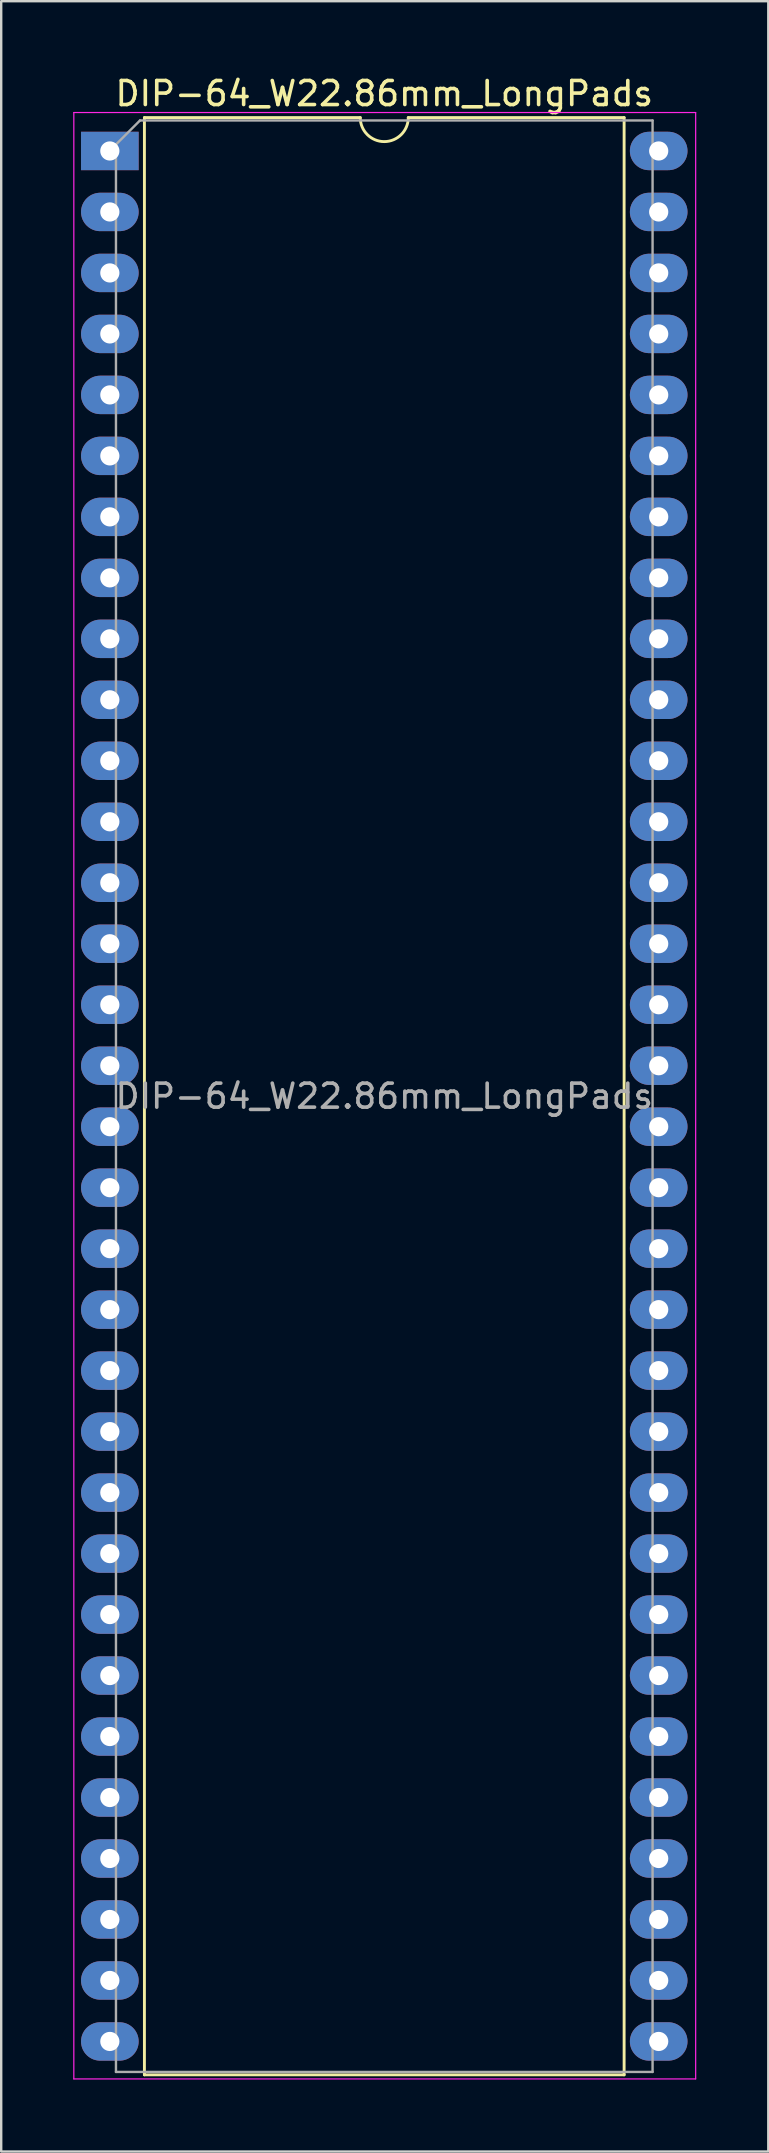
<source format=kicad_pcb>
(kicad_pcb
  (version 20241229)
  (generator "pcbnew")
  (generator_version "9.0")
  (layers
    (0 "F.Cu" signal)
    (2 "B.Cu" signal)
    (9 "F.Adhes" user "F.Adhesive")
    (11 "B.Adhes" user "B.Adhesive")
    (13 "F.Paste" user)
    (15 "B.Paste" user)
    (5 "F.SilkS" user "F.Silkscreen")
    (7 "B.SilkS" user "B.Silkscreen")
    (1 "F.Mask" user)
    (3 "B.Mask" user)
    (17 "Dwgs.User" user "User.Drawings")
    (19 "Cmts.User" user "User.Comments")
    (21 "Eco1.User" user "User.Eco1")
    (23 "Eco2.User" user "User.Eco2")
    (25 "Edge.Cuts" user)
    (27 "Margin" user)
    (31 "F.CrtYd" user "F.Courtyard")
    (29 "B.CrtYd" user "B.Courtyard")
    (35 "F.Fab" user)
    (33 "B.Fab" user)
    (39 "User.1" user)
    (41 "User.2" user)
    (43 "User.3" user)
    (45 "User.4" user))
  (footprint "DIP-64_W22.86mm_LongPads"
    (layer "F.Cu")
    (at 1.525 3.238)
    (property "Reference" "DIP-64_W22.86mm_LongPads" (at 11.43 -2.39 0) (layer "F.SilkS") (effects (font (size 1 1) (thickness 0.15))))
    (attr through_hole)
    (fp_line (start 1.44 -1.39) (end 1.44 80.13) (stroke (width 0.12) (type solid)) (layer "F.SilkS"))
    (fp_line (start 1.44 80.13) (end 21.42 80.13) (stroke (width 0.12) (type solid)) (layer "F.SilkS"))
    (fp_line (start 10.43 -1.39) (end 1.44 -1.39) (stroke (width 0.12) (type solid)) (layer "F.SilkS"))
    (fp_line (start 21.42 -1.39) (end 12.43 -1.39) (stroke (width 0.12) (type solid)) (layer "F.SilkS"))
    (fp_line (start 21.42 80.13) (end 21.42 -1.39) (stroke (width 0.12) (type solid)) (layer "F.SilkS"))
    (fp_arc (start 12.43 -1.39) (mid 11.43 -0.39) (end 10.43 -1.39) (stroke (width 0.12) (type solid)) (layer "F.SilkS"))
    (fp_line (start -1.5 -1.6) (end -1.5 80.3) (stroke (width 0.05) (type solid)) (layer "F.CrtYd"))
    (fp_line (start -1.5 80.3) (end 24.4 80.3) (stroke (width 0.05) (type solid)) (layer "F.CrtYd"))
    (fp_line (start 24.4 -1.6) (end -1.5 -1.6) (stroke (width 0.05) (type solid)) (layer "F.CrtYd"))
    (fp_line (start 24.4 80.3) (end 24.4 -1.6) (stroke (width 0.05) (type solid)) (layer "F.CrtYd"))
    (fp_line (start 0.255 -0.27) (end 1.255 -1.27) (stroke (width 0.1) (type solid)) (layer "F.Fab"))
    (fp_line (start 0.255 80.01) (end 0.255 -0.27) (stroke (width 0.1) (type solid)) (layer "F.Fab"))
    (fp_line (start 1.255 -1.27) (end 22.605 -1.27) (stroke (width 0.1) (type solid)) (layer "F.Fab"))
    (fp_line (start 22.605 -1.27) (end 22.605 80.01) (stroke (width 0.1) (type solid)) (layer "F.Fab"))
    (fp_line (start 22.605 80.01) (end 0.255 80.01) (stroke (width 0.1) (type solid)) (layer "F.Fab"))
    (fp_text user "${REFERENCE}" (at 11.43 39.37 0) (layer "F.Fab") (effects (font (size 1 1) (thickness 0.15))))
    (pad "1" thru_hole rect (at 0 0) (size 2.4 1.6) (drill 0.8) (layers "*.Cu" "*.Mask"))
    (pad "2" thru_hole oval (at 0 2.54) (size 2.4 1.6) (drill 0.8) (layers "*.Cu" "*.Mask"))
    (pad "3" thru_hole oval (at 0 5.08) (size 2.4 1.6) (drill 0.8) (layers "*.Cu" "*.Mask"))
    (pad "4" thru_hole oval (at 0 7.62) (size 2.4 1.6) (drill 0.8) (layers "*.Cu" "*.Mask"))
    (pad "5" thru_hole oval (at 0 10.16) (size 2.4 1.6) (drill 0.8) (layers "*.Cu" "*.Mask"))
    (pad "6" thru_hole oval (at 0 12.7) (size 2.4 1.6) (drill 0.8) (layers "*.Cu" "*.Mask"))
    (pad "7" thru_hole oval (at 0 15.24) (size 2.4 1.6) (drill 0.8) (layers "*.Cu" "*.Mask"))
    (pad "8" thru_hole oval (at 0 17.78) (size 2.4 1.6) (drill 0.8) (layers "*.Cu" "*.Mask"))
    (pad "9" thru_hole oval (at 0 20.32) (size 2.4 1.6) (drill 0.8) (layers "*.Cu" "*.Mask"))
    (pad "10" thru_hole oval (at 0 22.86) (size 2.4 1.6) (drill 0.8) (layers "*.Cu" "*.Mask"))
    (pad "11" thru_hole oval (at 0 25.4) (size 2.4 1.6) (drill 0.8) (layers "*.Cu" "*.Mask"))
    (pad "12" thru_hole oval (at 0 27.94) (size 2.4 1.6) (drill 0.8) (layers "*.Cu" "*.Mask"))
    (pad "13" thru_hole oval (at 0 30.48) (size 2.4 1.6) (drill 0.8) (layers "*.Cu" "*.Mask"))
    (pad "14" thru_hole oval (at 0 33.02) (size 2.4 1.6) (drill 0.8) (layers "*.Cu" "*.Mask"))
    (pad "15" thru_hole oval (at 0 35.56) (size 2.4 1.6) (drill 0.8) (layers "*.Cu" "*.Mask"))
    (pad "16" thru_hole oval (at 0 38.1) (size 2.4 1.6) (drill 0.8) (layers "*.Cu" "*.Mask"))
    (pad "17" thru_hole oval (at 0 40.64) (size 2.4 1.6) (drill 0.8) (layers "*.Cu" "*.Mask"))
    (pad "18" thru_hole oval (at 0 43.18) (size 2.4 1.6) (drill 0.8) (layers "*.Cu" "*.Mask"))
    (pad "19" thru_hole oval (at 0 45.72) (size 2.4 1.6) (drill 0.8) (layers "*.Cu" "*.Mask"))
    (pad "20" thru_hole oval (at 0 48.26) (size 2.4 1.6) (drill 0.8) (layers "*.Cu" "*.Mask"))
    (pad "21" thru_hole oval (at 0 50.8) (size 2.4 1.6) (drill 0.8) (layers "*.Cu" "*.Mask"))
    (pad "22" thru_hole oval (at 0 53.34) (size 2.4 1.6) (drill 0.8) (layers "*.Cu" "*.Mask"))
    (pad "23" thru_hole oval (at 0 55.88) (size 2.4 1.6) (drill 0.8) (layers "*.Cu" "*.Mask"))
    (pad "24" thru_hole oval (at 0 58.42) (size 2.4 1.6) (drill 0.8) (layers "*.Cu" "*.Mask"))
    (pad "25" thru_hole oval (at 0 60.96) (size 2.4 1.6) (drill 0.8) (layers "*.Cu" "*.Mask"))
    (pad "26" thru_hole oval (at 0 63.5) (size 2.4 1.6) (drill 0.8) (layers "*.Cu" "*.Mask"))
    (pad "27" thru_hole oval (at 0 66.04) (size 2.4 1.6) (drill 0.8) (layers "*.Cu" "*.Mask"))
    (pad "28" thru_hole oval (at 0 68.58) (size 2.4 1.6) (drill 0.8) (layers "*.Cu" "*.Mask"))
    (pad "29" thru_hole oval (at 0 71.12) (size 2.4 1.6) (drill 0.8) (layers "*.Cu" "*.Mask"))
    (pad "30" thru_hole oval (at 0 73.66) (size 2.4 1.6) (drill 0.8) (layers "*.Cu" "*.Mask"))
    (pad "31" thru_hole oval (at 0 76.2) (size 2.4 1.6) (drill 0.8) (layers "*.Cu" "*.Mask"))
    (pad "32" thru_hole oval (at 0 78.74) (size 2.4 1.6) (drill 0.8) (layers "*.Cu" "*.Mask"))
    (pad "33" thru_hole oval (at 22.86 78.74) (size 2.4 1.6) (drill 0.8) (layers "*.Cu" "*.Mask"))
    (pad "34" thru_hole oval (at 22.86 76.2) (size 2.4 1.6) (drill 0.8) (layers "*.Cu" "*.Mask"))
    (pad "35" thru_hole oval (at 22.86 73.66) (size 2.4 1.6) (drill 0.8) (layers "*.Cu" "*.Mask"))
    (pad "36" thru_hole oval (at 22.86 71.12) (size 2.4 1.6) (drill 0.8) (layers "*.Cu" "*.Mask"))
    (pad "37" thru_hole oval (at 22.86 68.58) (size 2.4 1.6) (drill 0.8) (layers "*.Cu" "*.Mask"))
    (pad "38" thru_hole oval (at 22.86 66.04) (size 2.4 1.6) (drill 0.8) (layers "*.Cu" "*.Mask"))
    (pad "39" thru_hole oval (at 22.86 63.5) (size 2.4 1.6) (drill 0.8) (layers "*.Cu" "*.Mask"))
    (pad "40" thru_hole oval (at 22.86 60.96) (size 2.4 1.6) (drill 0.8) (layers "*.Cu" "*.Mask"))
    (pad "41" thru_hole oval (at 22.86 58.42) (size 2.4 1.6) (drill 0.8) (layers "*.Cu" "*.Mask"))
    (pad "42" thru_hole oval (at 22.86 55.88) (size 2.4 1.6) (drill 0.8) (layers "*.Cu" "*.Mask"))
    (pad "43" thru_hole oval (at 22.86 53.34) (size 2.4 1.6) (drill 0.8) (layers "*.Cu" "*.Mask"))
    (pad "44" thru_hole oval (at 22.86 50.8) (size 2.4 1.6) (drill 0.8) (layers "*.Cu" "*.Mask"))
    (pad "45" thru_hole oval (at 22.86 48.26) (size 2.4 1.6) (drill 0.8) (layers "*.Cu" "*.Mask"))
    (pad "46" thru_hole oval (at 22.86 45.72) (size 2.4 1.6) (drill 0.8) (layers "*.Cu" "*.Mask"))
    (pad "47" thru_hole oval (at 22.86 43.18) (size 2.4 1.6) (drill 0.8) (layers "*.Cu" "*.Mask"))
    (pad "48" thru_hole oval (at 22.86 40.64) (size 2.4 1.6) (drill 0.8) (layers "*.Cu" "*.Mask"))
    (pad "49" thru_hole oval (at 22.86 38.1) (size 2.4 1.6) (drill 0.8) (layers "*.Cu" "*.Mask"))
    (pad "50" thru_hole oval (at 22.86 35.56) (size 2.4 1.6) (drill 0.8) (layers "*.Cu" "*.Mask"))
    (pad "51" thru_hole oval (at 22.86 33.02) (size 2.4 1.6) (drill 0.8) (layers "*.Cu" "*.Mask"))
    (pad "52" thru_hole oval (at 22.86 30.48) (size 2.4 1.6) (drill 0.8) (layers "*.Cu" "*.Mask"))
    (pad "53" thru_hole oval (at 22.86 27.94) (size 2.4 1.6) (drill 0.8) (layers "*.Cu" "*.Mask"))
    (pad "54" thru_hole oval (at 22.86 25.4) (size 2.4 1.6) (drill 0.8) (layers "*.Cu" "*.Mask"))
    (pad "55" thru_hole oval (at 22.86 22.86) (size 2.4 1.6) (drill 0.8) (layers "*.Cu" "*.Mask"))
    (pad "56" thru_hole oval (at 22.86 20.32) (size 2.4 1.6) (drill 0.8) (layers "*.Cu" "*.Mask"))
    (pad "57" thru_hole oval (at 22.86 17.78) (size 2.4 1.6) (drill 0.8) (layers "*.Cu" "*.Mask"))
    (pad "58" thru_hole oval (at 22.86 15.24) (size 2.4 1.6) (drill 0.8) (layers "*.Cu" "*.Mask"))
    (pad "59" thru_hole oval (at 22.86 12.7) (size 2.4 1.6) (drill 0.8) (layers "*.Cu" "*.Mask"))
    (pad "60" thru_hole oval (at 22.86 10.16) (size 2.4 1.6) (drill 0.8) (layers "*.Cu" "*.Mask"))
    (pad "61" thru_hole oval (at 22.86 7.62) (size 2.4 1.6) (drill 0.8) (layers "*.Cu" "*.Mask"))
    (pad "62" thru_hole oval (at 22.86 5.08) (size 2.4 1.6) (drill 0.8) (layers "*.Cu" "*.Mask"))
    (pad "63" thru_hole oval (at 22.86 2.54) (size 2.4 1.6) (drill 0.8) (layers "*.Cu" "*.Mask"))
    (pad "64" thru_hole oval (at 22.86 0) (size 2.4 1.6) (drill 0.8) (layers "*.Cu" "*.Mask")))
  (gr_rect
    (start -3 -3)
    (end 28.95 86.563)
    (stroke (width 0.1) (type default))
    (fill no)
    (layer "Edge.Cuts")))
</source>
